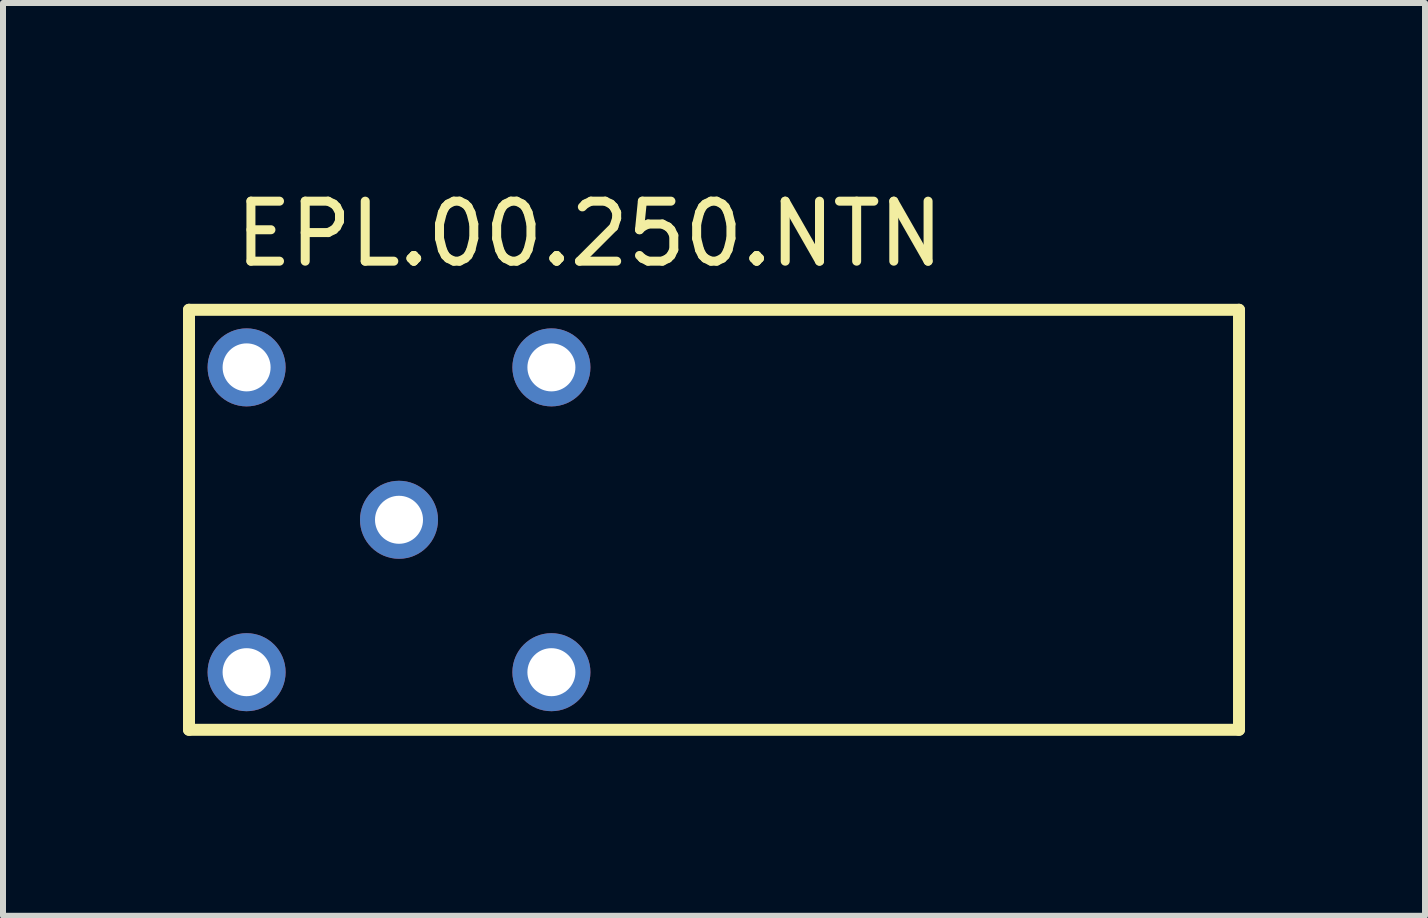
<source format=kicad_pcb>
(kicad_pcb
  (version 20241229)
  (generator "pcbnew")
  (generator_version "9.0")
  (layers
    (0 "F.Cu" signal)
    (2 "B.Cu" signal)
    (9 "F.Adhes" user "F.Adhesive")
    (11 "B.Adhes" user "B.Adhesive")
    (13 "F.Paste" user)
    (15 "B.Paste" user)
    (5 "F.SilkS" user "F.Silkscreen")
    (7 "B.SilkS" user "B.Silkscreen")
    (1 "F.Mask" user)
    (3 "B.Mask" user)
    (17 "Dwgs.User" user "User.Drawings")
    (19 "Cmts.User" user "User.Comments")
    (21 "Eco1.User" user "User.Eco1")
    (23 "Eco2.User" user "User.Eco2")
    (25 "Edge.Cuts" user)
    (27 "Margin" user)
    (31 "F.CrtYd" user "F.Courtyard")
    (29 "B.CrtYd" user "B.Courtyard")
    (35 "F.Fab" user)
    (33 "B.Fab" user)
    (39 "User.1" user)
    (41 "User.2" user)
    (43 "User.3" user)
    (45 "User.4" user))
  (footprint "EPL.00.250.NTN"
    (layer "F.Cu")
    (at 3.6 5.613)
    (property "Reference" "EPL.00.250.NTN" (at 3.175 -4.765 0) (layer "F.SilkS") (effects (font (size 1 1) (thickness 0.15))))
    (attr through_hole)
    (fp_line (start -3.5 -3.5) (end -3.5 3.5) (stroke (width 0.2) (type solid)) (layer "F.SilkS"))
    (fp_line (start -3.5 -3.5) (end 14 -3.5) (stroke (width 0.2) (type solid)) (layer "F.SilkS"))
    (fp_line (start -3.5 3.5) (end 14 3.5) (stroke (width 0.2) (type solid)) (layer "F.SilkS"))
    (fp_line (start 14 -3.5) (end 14 3.5) (stroke (width 0.2) (type solid)) (layer "F.SilkS"))
    (pad "1" thru_hole circle (at 0 0 120) (size 1.3 1.3) (drill 0.8) (layers "*.Cu" "*.Mask"))
    (pad "3" thru_hole circle (at -2.54 2.54 120) (size 1.3 1.3) (drill 0.8) (layers "*.Cu" "*.Mask"))
    (pad "4" thru_hole circle (at 2.54 2.54 120) (size 1.3 1.3) (drill 0.8) (layers "*.Cu" "*.Mask"))
    (pad "5" thru_hole circle (at 2.54 -2.54 120) (size 1.3 1.3) (drill 0.8) (layers "*.Cu" "*.Mask"))
    (pad "6" thru_hole circle (at -2.54 -2.54 120) (size 1.3 1.3) (drill 0.8) (layers "*.Cu" "*.Mask")))
  (gr_rect
    (start -3 -3)
    (end 20.7 12.213)
    (stroke (width 0.1) (type default))
    (fill no)
    (layer "Edge.Cuts")))
</source>
